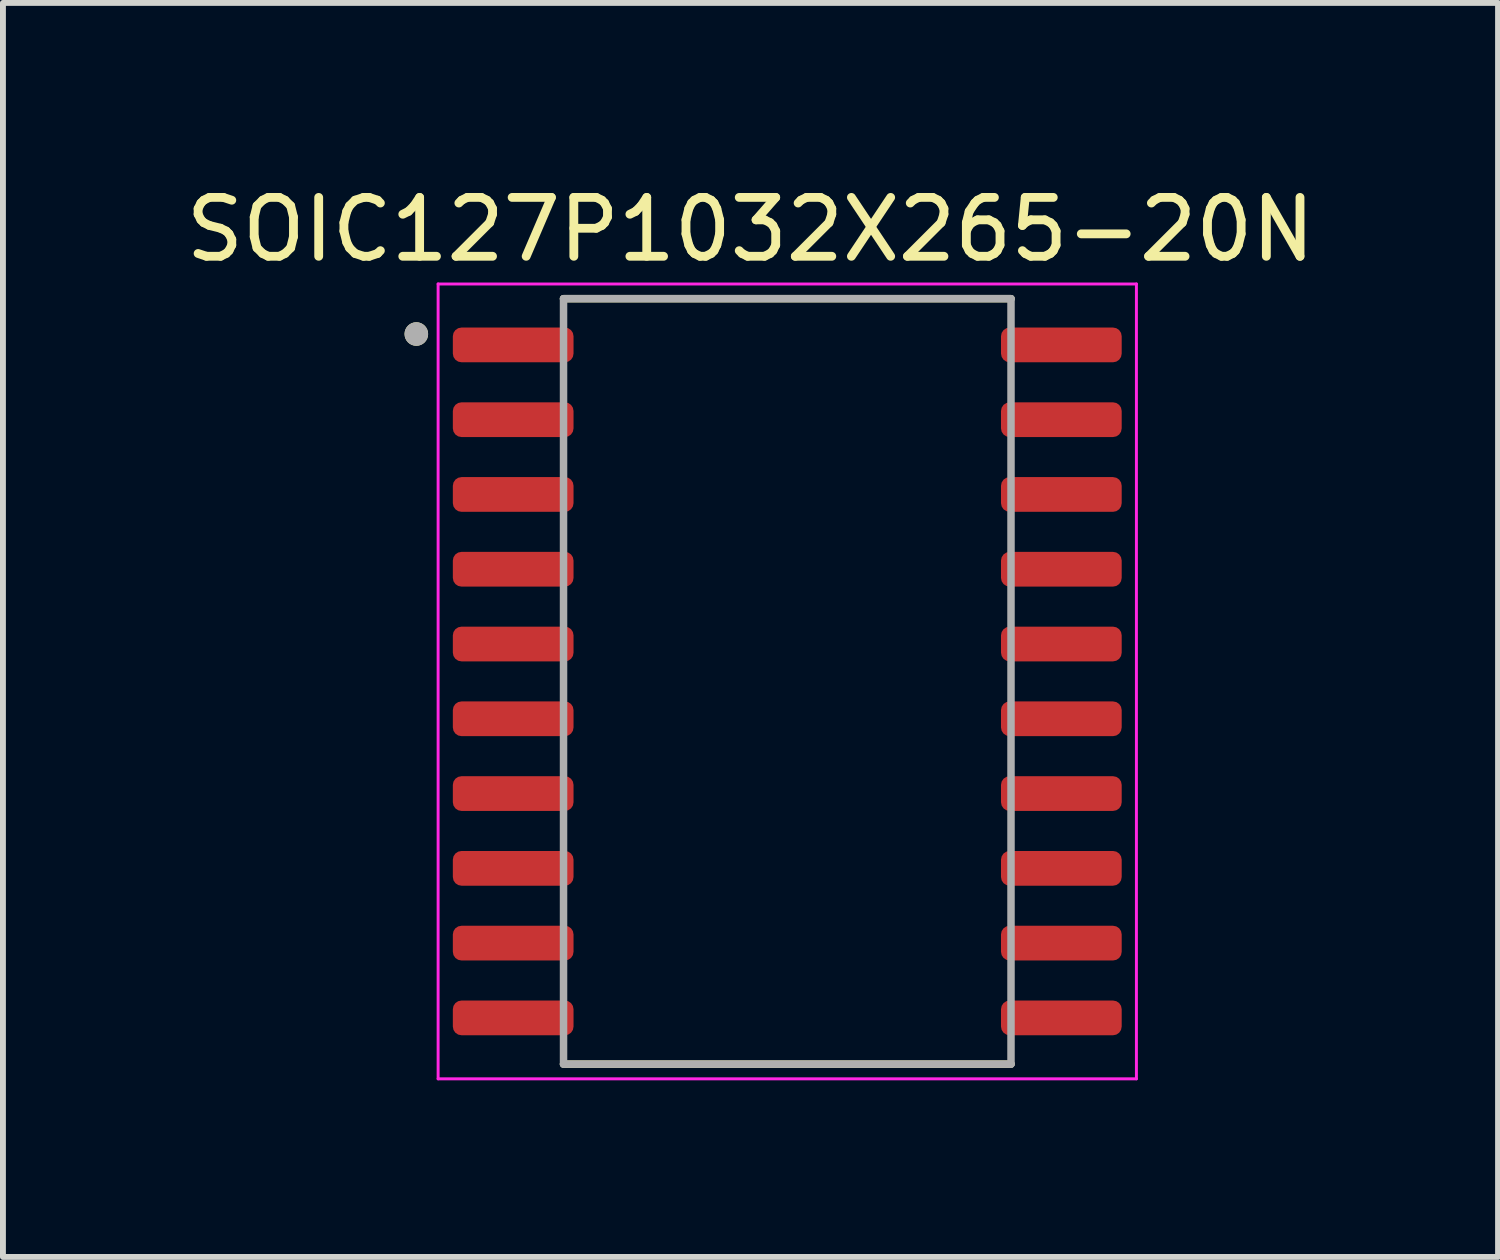
<source format=kicad_pcb>
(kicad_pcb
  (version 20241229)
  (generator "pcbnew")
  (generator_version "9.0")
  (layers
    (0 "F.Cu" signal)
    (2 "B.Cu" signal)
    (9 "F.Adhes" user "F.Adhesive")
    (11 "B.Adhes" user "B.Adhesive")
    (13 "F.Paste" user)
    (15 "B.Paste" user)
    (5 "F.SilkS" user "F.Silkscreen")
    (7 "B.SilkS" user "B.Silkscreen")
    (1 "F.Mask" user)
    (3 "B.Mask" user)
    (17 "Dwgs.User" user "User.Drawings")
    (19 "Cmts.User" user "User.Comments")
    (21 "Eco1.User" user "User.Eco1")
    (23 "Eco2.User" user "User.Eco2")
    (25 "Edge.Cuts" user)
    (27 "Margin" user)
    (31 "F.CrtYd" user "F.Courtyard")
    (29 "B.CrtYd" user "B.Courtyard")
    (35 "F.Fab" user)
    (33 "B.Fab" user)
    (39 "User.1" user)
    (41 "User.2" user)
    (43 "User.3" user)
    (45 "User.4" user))
  (footprint "SOIC127P1032X265-20N"
    (layer "F.Cu")
    (at 10.321 8.523)
    (property "Reference" "SOIC127P1032X265-20N" (at -0.625 -7.675 0) (layer "F.SilkS") (effects (font (size 1 1) (thickness 0.15))))
    (attr smd)
    (fp_line (start -3.8 -6.5) (end 3.8 -6.5) (stroke (width 0.127) (type solid)) (layer "F.SilkS"))
    (fp_line (start 3.8 6.5) (end -3.8 6.5) (stroke (width 0.127) (type solid)) (layer "F.SilkS"))
    (fp_circle (center -6.3 -5.9) (end -6.2 -5.9) (stroke (width 0.2) (type solid)) (fill no) (layer "F.SilkS"))
    (fp_line (start -5.93 -6.75) (end 5.93 -6.75) (stroke (width 0.05) (type solid)) (layer "F.CrtYd"))
    (fp_line (start -5.93 6.75) (end -5.93 -6.75) (stroke (width 0.05) (type solid)) (layer "F.CrtYd"))
    (fp_line (start 5.93 -6.75) (end 5.93 6.75) (stroke (width 0.05) (type solid)) (layer "F.CrtYd"))
    (fp_line (start 5.93 6.75) (end -5.93 6.75) (stroke (width 0.05) (type solid)) (layer "F.CrtYd"))
    (fp_line (start -3.8 -6.5) (end 3.8 -6.5) (stroke (width 0.127) (type solid)) (layer "F.Fab"))
    (fp_line (start -3.8 6.5) (end -3.8 -6.5) (stroke (width 0.127) (type solid)) (layer "F.Fab"))
    (fp_line (start 3.8 -6.5) (end 3.8 6.5) (stroke (width 0.127) (type solid)) (layer "F.Fab"))
    (fp_line (start 3.8 6.5) (end -3.8 6.5) (stroke (width 0.127) (type solid)) (layer "F.Fab"))
    (fp_circle (center -6.3 -5.9) (end -6.2 -5.9) (stroke (width 0.2) (type solid)) (fill no) (layer "F.Fab"))
    (pad "1" smd roundrect (at -4.655 -5.715) (size 2.05 0.59) (layers "F.Cu" "F.Mask" "F.Paste") (roundrect_rratio 0.25))
    (pad "2" smd roundrect (at -4.655 -4.445) (size 2.05 0.59) (layers "F.Cu" "F.Mask" "F.Paste") (roundrect_rratio 0.25))
    (pad "3" smd roundrect (at -4.655 -3.175) (size 2.05 0.59) (layers "F.Cu" "F.Mask" "F.Paste") (roundrect_rratio 0.25))
    (pad "4" smd roundrect (at -4.655 -1.905) (size 2.05 0.59) (layers "F.Cu" "F.Mask" "F.Paste") (roundrect_rratio 0.25))
    (pad "5" smd roundrect (at -4.655 -0.635) (size 2.05 0.59) (layers "F.Cu" "F.Mask" "F.Paste") (roundrect_rratio 0.25))
    (pad "6" smd roundrect (at -4.655 0.635) (size 2.05 0.59) (layers "F.Cu" "F.Mask" "F.Paste") (roundrect_rratio 0.25))
    (pad "7" smd roundrect (at -4.655 1.905) (size 2.05 0.59) (layers "F.Cu" "F.Mask" "F.Paste") (roundrect_rratio 0.25))
    (pad "8" smd roundrect (at -4.655 3.175) (size 2.05 0.59) (layers "F.Cu" "F.Mask" "F.Paste") (roundrect_rratio 0.25))
    (pad "9" smd roundrect (at -4.655 4.445) (size 2.05 0.59) (layers "F.Cu" "F.Mask" "F.Paste") (roundrect_rratio 0.25))
    (pad "10" smd roundrect (at -4.655 5.715) (size 2.05 0.59) (layers "F.Cu" "F.Mask" "F.Paste") (roundrect_rratio 0.25))
    (pad "11" smd roundrect (at 4.655 5.715) (size 2.05 0.59) (layers "F.Cu" "F.Mask" "F.Paste") (roundrect_rratio 0.25))
    (pad "12" smd roundrect (at 4.655 4.445) (size 2.05 0.59) (layers "F.Cu" "F.Mask" "F.Paste") (roundrect_rratio 0.25))
    (pad "13" smd roundrect (at 4.655 3.175) (size 2.05 0.59) (layers "F.Cu" "F.Mask" "F.Paste") (roundrect_rratio 0.25))
    (pad "14" smd roundrect (at 4.655 1.905) (size 2.05 0.59) (layers "F.Cu" "F.Mask" "F.Paste") (roundrect_rratio 0.25))
    (pad "15" smd roundrect (at 4.655 0.635) (size 2.05 0.59) (layers "F.Cu" "F.Mask" "F.Paste") (roundrect_rratio 0.25))
    (pad "16" smd roundrect (at 4.655 -0.635) (size 2.05 0.59) (layers "F.Cu" "F.Mask" "F.Paste") (roundrect_rratio 0.25))
    (pad "17" smd roundrect (at 4.655 -1.905) (size 2.05 0.59) (layers "F.Cu" "F.Mask" "F.Paste") (roundrect_rratio 0.25))
    (pad "18" smd roundrect (at 4.655 -3.175) (size 2.05 0.59) (layers "F.Cu" "F.Mask" "F.Paste") (roundrect_rratio 0.25))
    (pad "19" smd roundrect (at 4.655 -4.445) (size 2.05 0.59) (layers "F.Cu" "F.Mask" "F.Paste") (roundrect_rratio 0.25))
    (pad "20" smd roundrect (at 4.655 -5.715) (size 2.05 0.59) (layers "F.Cu" "F.Mask" "F.Paste") (roundrect_rratio 0.25)))
  (gr_rect
    (start -3 -3)
    (end 22.393 18.298)
    (stroke (width 0.1) (type default))
    (fill no)
    (layer "Edge.Cuts")))
</source>
